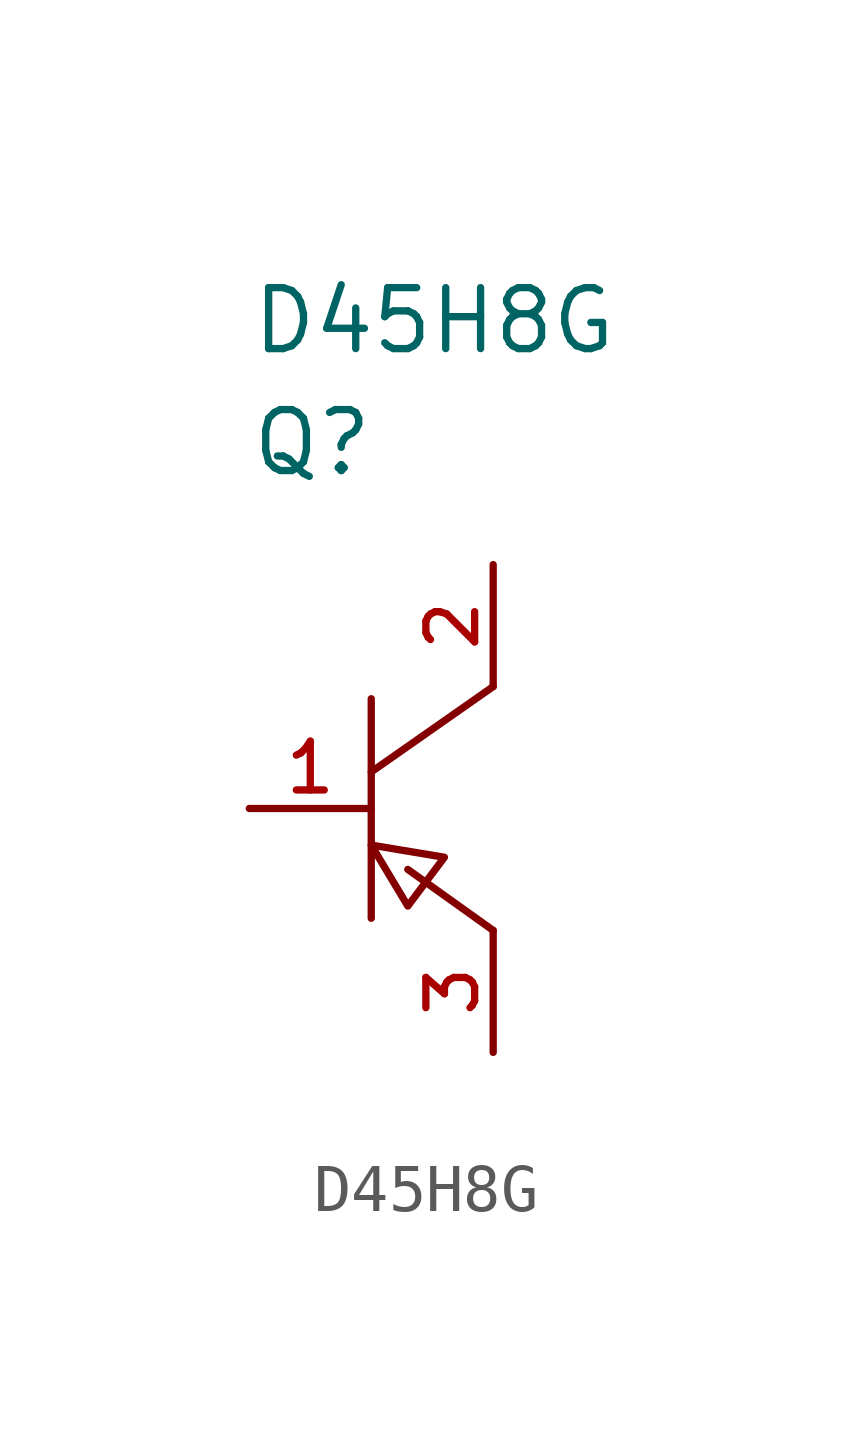
<source format=kicad_sym>
(kicad_symbol_lib
  (version 20220914)
  (generator kicad_symbol_editor)
  (symbol "D45H8G"
    (pin_names
      (offset 1.016))
    (property "Reference" "Q"
      (at 0 7.62 0)
      (effects (font (size 1.27 1.27)) (justify left)))
    (property "Value" "D45H8G"
      (at 0 10.16 0)
      (effects (font (size 1.27 1.27)) (justify left)))
    (property "ki_locked" ""
      (at 0 0 0)
      (effects (font (size 1.27 1.27))))
    (symbol "D45H8G_1_1"
      (polyline (pts (xy 2.54 2.286) (xy 2.54 -2.286)) (stroke (width 0) (type solid)) (fill (type none)))
      (polyline (pts (xy 3.302 -1.27) (xy 5.08 -2.54)) (stroke (width 0) (type solid)) (fill (type none)))
      (polyline (pts (xy 5.08 2.54) (xy 2.54 0.762)) (stroke (width 0) (type solid)) (fill (type none)))
      (polyline (pts (xy 3.302 -2.032) (xy 4.064 -1.016) (xy 2.54 -0.762) (xy 3.302 -2.032)) (stroke (width 0) (type solid)) (fill (type none)))
      (pin passive line (at 0 0 0) (length 2.54) (name "B" (effects (font (size 0 0)))) (number "1" (effects (font (size 1.016 1.016)))))
      (pin passive line (at 5.08 5.08 270) (length 2.54) (name "C" (effects (font (size 0 0)))) (number "2" (effects (font (size 1.016 1.016)))))
      (pin passive line (at 5.08 -5.08 90) (length 2.54) (name "E" (effects (font (size 0 0)))) (number "3" (effects (font (size 1.016 1.016))))))))
</source>
